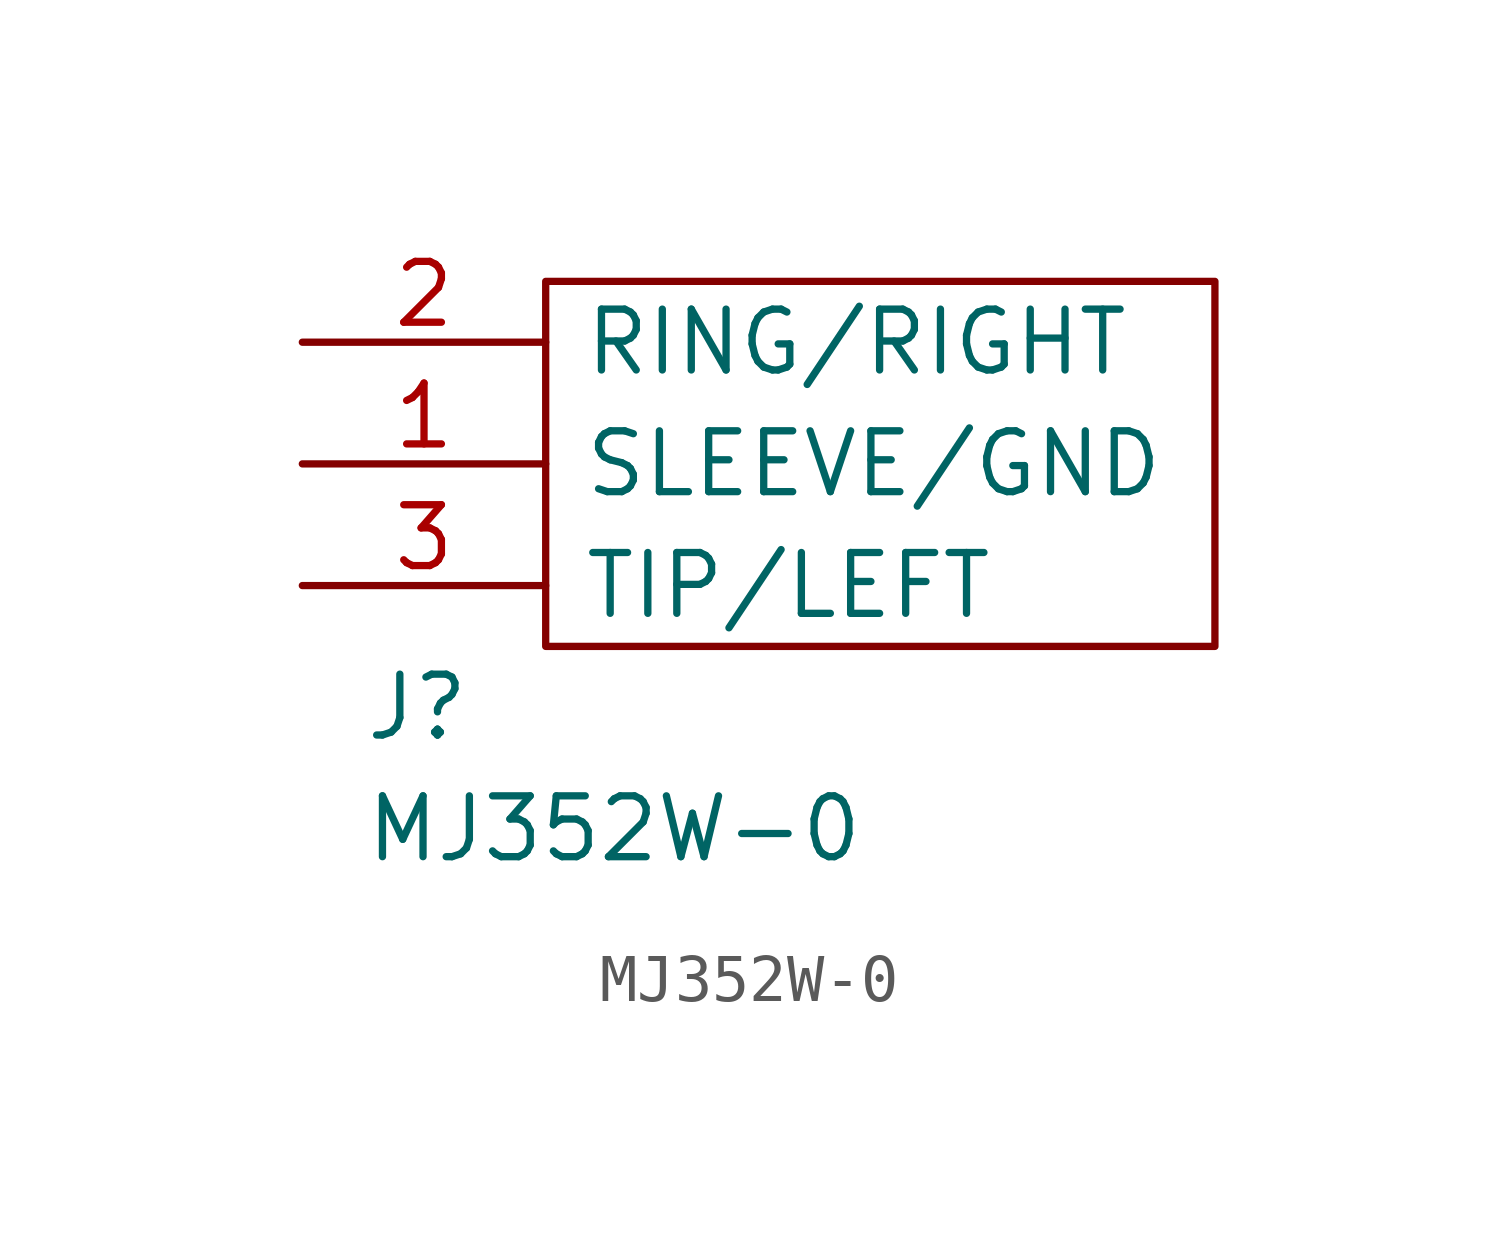
<source format=kicad_sym>
(kicad_symbol_lib
  (version 20211014)
  (generator kicad_symbol_editor)
  (symbol "MJ352W-0"
    (pin_names
      (offset 0.762))
    (property "Reference" "J"
      (at 1.27 -5.08 0)
      (effects (font (size 1.27 1.27)) (justify left)))
    (property "Value" "MJ352W-0"
      (at 1.27 -7.62 0)
      (effects (font (size 1.27 1.27)) (justify left)))
    (symbol "MJ352W-0_0_0"
      (pin passive line (at 0 0 0) (length 5.08) (name "SLEEVE/GND" (effects (font (size 1.27 1.27)))) (number "1" (effects (font (size 1.27 1.27)))))
      (pin passive line (at 0 2.54 0) (length 5.08) (name "RING/RIGHT" (effects (font (size 1.27 1.27)))) (number "2" (effects (font (size 1.27 1.27)))))
      (pin passive line (at 0 -2.54 0) (length 5.08) (name "TIP/LEFT" (effects (font (size 1.27 1.27)))) (number "3" (effects (font (size 1.27 1.27))))))
    (symbol "MJ352W-0_0_1"
      (rectangle (start 5.08 3.81) (end 19.05 -3.81) (stroke (width 0) (type default) (color 0 0 0 0)) (fill (type none))))))
</source>
